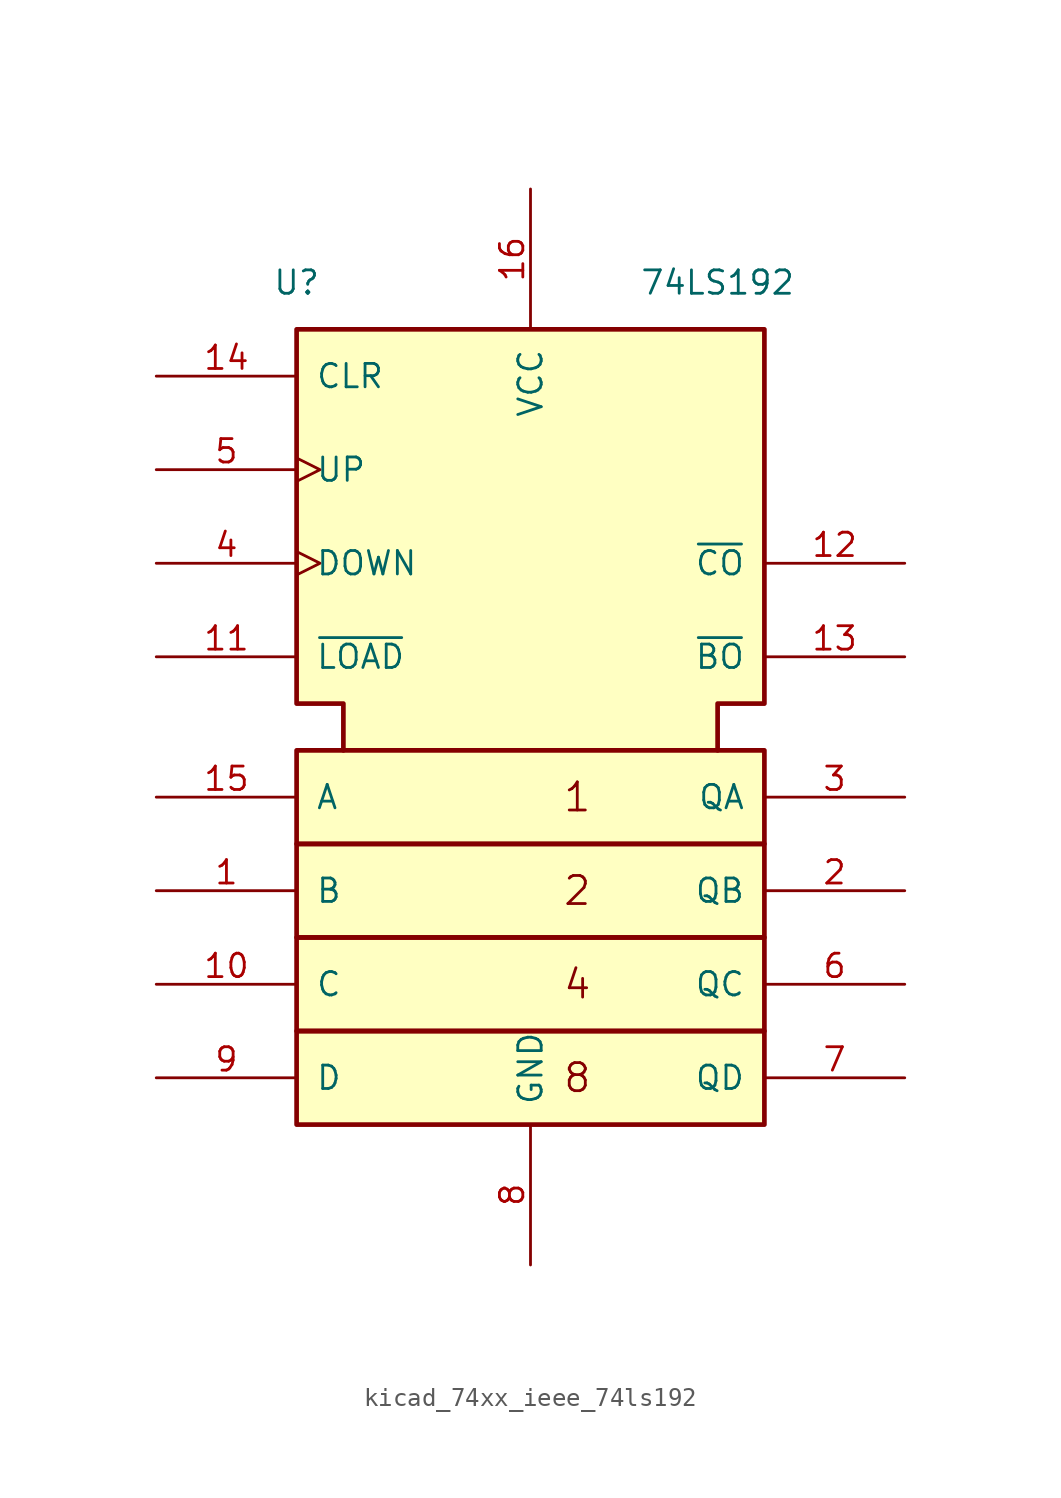
<source format=kicad_sym>
(kicad_symbol_lib
  (version 20220914)
  (generator kicad_symbol_editor)
  (symbol "kicad_74xx_ieee_74ls192"
    (pin_names
      (offset 1.016))
    (property "Reference" "U"
      (at -12.7 25.4 0)
      (effects (font (size 1.27 1.27))))
    (property "Value" "74LS192"
      (at 10.16 25.4 0)
      (effects (font (size 1.27 1.27))))
    (symbol "kicad_74xx_ieee_74ls192_0_0"
      (text "1" (at 2.54 -2.54 0) (effects (font (size 1.524 1.524))))
      (text "2" (at 2.54 -7.62 0) (effects (font (size 1.524 1.524))))
      (text "4" (at 2.54 -12.7 0) (effects (font (size 1.524 1.524))))
      (text "8" (at 2.54 -17.78 0) (effects (font (size 1.524 1.524))))
      (pin power_in line (at 0 30.48 270) (length 7.62) (name "VCC" (effects (font (size 1.27 1.27)))) (number "16" (effects (font (size 1.27 1.27)))))
      (pin power_in line (at 0 -27.94 90) (length 7.62) (name "GND" (effects (font (size 1.27 1.27)))) (number "8" (effects (font (size 1.27 1.27))))))
    (symbol "kicad_74xx_ieee_74ls192_0_1"
      (rectangle (start -12.7 -15.24) (end 12.7 -20.32) (stroke (width 0.254) (type default)) (fill (type background)))
      (rectangle (start -12.7 -10.16) (end 12.7 -15.24) (stroke (width 0.254) (type default)) (fill (type background)))
      (rectangle (start -12.7 -5.08) (end 12.7 -10.16) (stroke (width 0.254) (type default)) (fill (type background)))
      (rectangle (start -12.7 0) (end 12.7 -5.08) (stroke (width 0.254) (type default)) (fill (type background)))
      (polyline (pts (xy -10.16 0) (xy -10.16 2.54) (xy -12.7 2.54) (xy -12.7 22.86) (xy 12.7 22.86) (xy 12.7 2.54) (xy 10.16 2.54) (xy 10.16 0) (xy 10.16 0)) (stroke (width 0.254) (type default)) (fill (type background))))
    (symbol "kicad_74xx_ieee_74ls192_1_1"
      (pin input line (at -20.32 -7.62 0) (length 7.62) (name "B" (effects (font (size 1.27 1.27)))) (number "1" (effects (font (size 1.27 1.27)))))
      (pin input line (at -20.32 -12.7 0) (length 7.62) (name "C" (effects (font (size 1.27 1.27)))) (number "10" (effects (font (size 1.27 1.27)))))
      (pin input line (at -20.32 5.08 0) (length 7.62) (name "~{LOAD}" (effects (font (size 1.27 1.27)))) (number "11" (effects (font (size 1.27 1.27)))))
      (pin output line (at 20.32 10.16 180) (length 7.62) (name "~{CO}" (effects (font (size 1.27 1.27)))) (number "12" (effects (font (size 1.27 1.27)))))
      (pin output line (at 20.32 5.08 180) (length 7.62) (name "~{BO}" (effects (font (size 1.27 1.27)))) (number "13" (effects (font (size 1.27 1.27)))))
      (pin input line (at -20.32 20.32 0) (length 7.62) (name "CLR" (effects (font (size 1.27 1.27)))) (number "14" (effects (font (size 1.27 1.27)))))
      (pin input line (at -20.32 -2.54 0) (length 7.62) (name "A" (effects (font (size 1.27 1.27)))) (number "15" (effects (font (size 1.27 1.27)))))
      (pin output line (at 20.32 -7.62 180) (length 7.62) (name "QB" (effects (font (size 1.27 1.27)))) (number "2" (effects (font (size 1.27 1.27)))))
      (pin output line (at 20.32 -2.54 180) (length 7.62) (name "QA" (effects (font (size 1.27 1.27)))) (number "3" (effects (font (size 1.27 1.27)))))
      (pin input clock (at -20.32 10.16 0) (length 7.62) (name "DOWN" (effects (font (size 1.27 1.27)))) (number "4" (effects (font (size 1.27 1.27)))))
      (pin input clock (at -20.32 15.24 0) (length 7.62) (name "UP" (effects (font (size 1.27 1.27)))) (number "5" (effects (font (size 1.27 1.27)))))
      (pin output line (at 20.32 -12.7 180) (length 7.62) (name "QC" (effects (font (size 1.27 1.27)))) (number "6" (effects (font (size 1.27 1.27)))))
      (pin output line (at 20.32 -17.78 180) (length 7.62) (name "QD" (effects (font (size 1.27 1.27)))) (number "7" (effects (font (size 1.27 1.27)))))
      (pin input line (at -20.32 -17.78 0) (length 7.62) (name "D" (effects (font (size 1.27 1.27)))) (number "9" (effects (font (size 1.27 1.27))))))))
</source>
